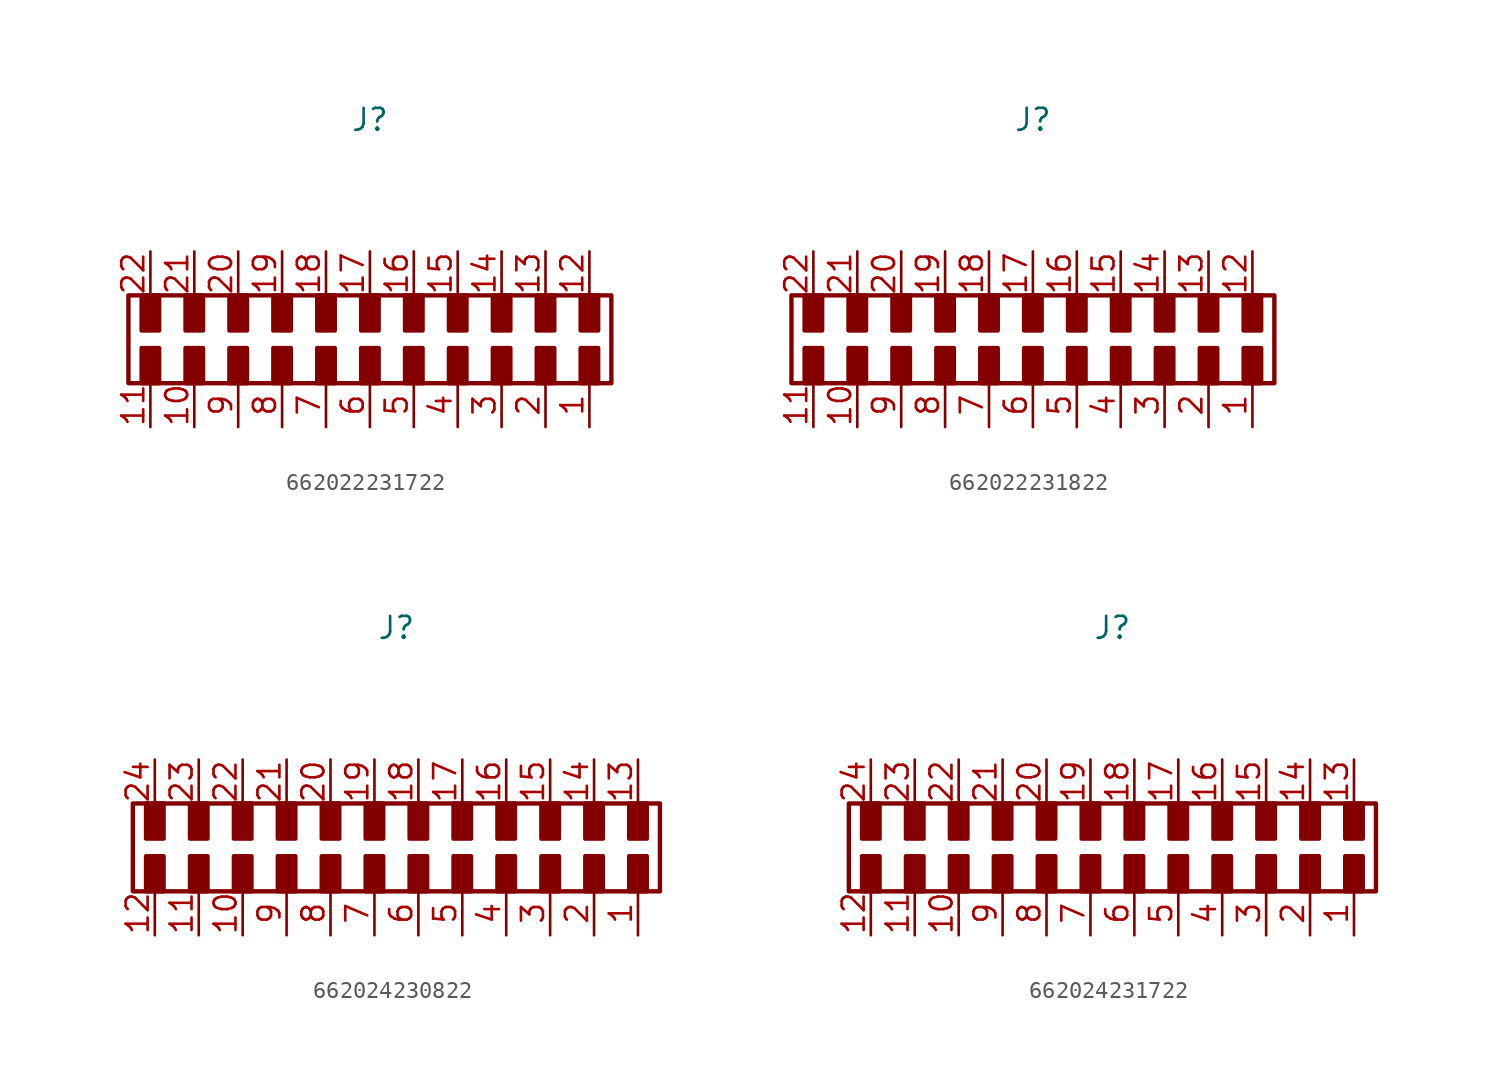
<source format=kicad_sym>
(kicad_symbol_lib
  (version 20241209)
  (generator "kicad_symbol_editor")
  (generator_version "9.0")
  (symbol "662022231722"
    (pin_names
      (hide yes))
    (property "Reference" "J"
      (at 0 12.7 0)
      (effects (font (size 1.27 1.27))))
    (symbol "662022231722_1_1"
      (rectangle (start -13.97 2.54) (end 13.97 -2.54) (stroke (width 0.254) (type solid)) (fill (type none)))
      (rectangle (start -13.208 2.54) (end -12.192 0.508) (stroke (width 0.254) (type solid)) (fill (type outline)))
      (rectangle (start -13.208 -0.508) (end -12.192 -2.54) (stroke (width 0.254) (type solid)) (fill (type outline)))
      (rectangle (start -10.668 2.54) (end -9.652 0.508) (stroke (width 0.254) (type solid)) (fill (type outline)))
      (rectangle (start -10.668 -0.508) (end -9.652 -2.54) (stroke (width 0.254) (type solid)) (fill (type outline)))
      (rectangle (start -8.128 2.54) (end -7.112 0.508) (stroke (width 0.254) (type solid)) (fill (type outline)))
      (rectangle (start -8.128 -0.508) (end -7.112 -2.54) (stroke (width 0.254) (type solid)) (fill (type outline)))
      (rectangle (start -5.588 2.54) (end -4.572 0.508) (stroke (width 0.254) (type solid)) (fill (type outline)))
      (rectangle (start -5.588 -0.508) (end -4.572 -2.54) (stroke (width 0.254) (type solid)) (fill (type outline)))
      (rectangle (start -3.048 2.54) (end -2.032 0.508) (stroke (width 0.254) (type solid)) (fill (type outline)))
      (rectangle (start -3.048 -0.508) (end -2.032 -2.54) (stroke (width 0.254) (type solid)) (fill (type outline)))
      (rectangle (start -0.508 2.54) (end 0.508 0.508) (stroke (width 0.254) (type solid)) (fill (type outline)))
      (rectangle (start -0.508 -0.508) (end 0.508 -2.54) (stroke (width 0.254) (type solid)) (fill (type outline)))
      (rectangle (start 2.032 2.54) (end 3.048 0.508) (stroke (width 0.254) (type solid)) (fill (type outline)))
      (rectangle (start 2.032 -0.508) (end 3.048 -2.54) (stroke (width 0.254) (type solid)) (fill (type outline)))
      (rectangle (start 4.572 2.54) (end 5.588 0.508) (stroke (width 0.254) (type solid)) (fill (type outline)))
      (rectangle (start 4.572 -0.508) (end 5.588 -2.54) (stroke (width 0.254) (type solid)) (fill (type outline)))
      (rectangle (start 7.112 2.54) (end 8.128 0.508) (stroke (width 0.254) (type solid)) (fill (type outline)))
      (rectangle (start 7.112 -0.508) (end 8.128 -2.54) (stroke (width 0.254) (type solid)) (fill (type outline)))
      (rectangle (start 9.652 2.54) (end 10.668 0.508) (stroke (width 0.254) (type solid)) (fill (type outline)))
      (rectangle (start 9.652 -0.508) (end 10.668 -2.54) (stroke (width 0.254) (type solid)) (fill (type outline)))
      (rectangle (start 12.192 2.54) (end 13.208 0.508) (stroke (width 0.254) (type solid)) (fill (type outline)))
      (rectangle (start 12.192 -0.508) (end 13.208 -2.54) (stroke (width 0.254) (type solid)) (fill (type outline)))
      (pin passive line (at -12.7 5.08 270) (length 2.54) (name "22" (effects (font (size 1.27 1.27)))) (number "22" (effects (font (size 1.27 1.27)))))
      (pin passive line (at -12.7 -5.08 90) (length 2.54) (name "11" (effects (font (size 1.27 1.27)))) (number "11" (effects (font (size 1.27 1.27)))))
      (pin passive line (at -10.16 5.08 270) (length 2.54) (name "21" (effects (font (size 1.27 1.27)))) (number "21" (effects (font (size 1.27 1.27)))))
      (pin passive line (at -10.16 -5.08 90) (length 2.54) (name "10" (effects (font (size 1.27 1.27)))) (number "10" (effects (font (size 1.27 1.27)))))
      (pin passive line (at -7.62 5.08 270) (length 2.54) (name "20" (effects (font (size 1.27 1.27)))) (number "20" (effects (font (size 1.27 1.27)))))
      (pin passive line (at -7.62 -5.08 90) (length 2.54) (name "9" (effects (font (size 1.27 1.27)))) (number "9" (effects (font (size 1.27 1.27)))))
      (pin passive line (at -5.08 5.08 270) (length 2.54) (name "19" (effects (font (size 1.27 1.27)))) (number "19" (effects (font (size 1.27 1.27)))))
      (pin passive line (at -5.08 -5.08 90) (length 2.54) (name "8" (effects (font (size 1.27 1.27)))) (number "8" (effects (font (size 1.27 1.27)))))
      (pin passive line (at -2.54 5.08 270) (length 2.54) (name "18" (effects (font (size 1.27 1.27)))) (number "18" (effects (font (size 1.27 1.27)))))
      (pin passive line (at -2.54 -5.08 90) (length 2.54) (name "7" (effects (font (size 1.27 1.27)))) (number "7" (effects (font (size 1.27 1.27)))))
      (pin passive line (at 0 5.08 270) (length 2.54) (name "17" (effects (font (size 1.27 1.27)))) (number "17" (effects (font (size 1.27 1.27)))))
      (pin passive line (at 0 -5.08 90) (length 2.54) (name "6" (effects (font (size 1.27 1.27)))) (number "6" (effects (font (size 1.27 1.27)))))
      (pin passive line (at 2.54 5.08 270) (length 2.54) (name "16" (effects (font (size 1.27 1.27)))) (number "16" (effects (font (size 1.27 1.27)))))
      (pin passive line (at 2.54 -5.08 90) (length 2.54) (name "5" (effects (font (size 1.27 1.27)))) (number "5" (effects (font (size 1.27 1.27)))))
      (pin passive line (at 5.08 5.08 270) (length 2.54) (name "15" (effects (font (size 1.27 1.27)))) (number "15" (effects (font (size 1.27 1.27)))))
      (pin passive line (at 5.08 -5.08 90) (length 2.54) (name "4" (effects (font (size 1.27 1.27)))) (number "4" (effects (font (size 1.27 1.27)))))
      (pin passive line (at 7.62 5.08 270) (length 2.54) (name "14" (effects (font (size 1.27 1.27)))) (number "14" (effects (font (size 1.27 1.27)))))
      (pin passive line (at 7.62 -5.08 90) (length 2.54) (name "3" (effects (font (size 1.27 1.27)))) (number "3" (effects (font (size 1.27 1.27)))))
      (pin passive line (at 10.16 5.08 270) (length 2.54) (name "13" (effects (font (size 1.27 1.27)))) (number "13" (effects (font (size 1.27 1.27)))))
      (pin passive line (at 10.16 -5.08 90) (length 2.54) (name "2" (effects (font (size 1.27 1.27)))) (number "2" (effects (font (size 1.27 1.27)))))
      (pin passive line (at 12.7 5.08 270) (length 2.54) (name "12" (effects (font (size 1.27 1.27)))) (number "12" (effects (font (size 1.27 1.27)))))
      (pin passive line (at 12.7 -5.08 90) (length 2.54) (name "1" (effects (font (size 1.27 1.27)))) (number "1" (effects (font (size 1.27 1.27)))))))
  (symbol "662022231822"
    (pin_names
      (hide yes))
    (property "Reference" "J"
      (at 0 12.7 0)
      (effects (font (size 1.27 1.27))))
    (symbol "662022231822_1_1"
      (rectangle (start -13.97 2.54) (end 13.97 -2.54) (stroke (width 0.254) (type solid)) (fill (type none)))
      (rectangle (start -13.208 2.54) (end -12.192 0.508) (stroke (width 0.254) (type solid)) (fill (type outline)))
      (rectangle (start -13.208 -0.508) (end -12.192 -2.54) (stroke (width 0.254) (type solid)) (fill (type outline)))
      (rectangle (start -10.668 2.54) (end -9.652 0.508) (stroke (width 0.254) (type solid)) (fill (type outline)))
      (rectangle (start -10.668 -0.508) (end -9.652 -2.54) (stroke (width 0.254) (type solid)) (fill (type outline)))
      (rectangle (start -8.128 2.54) (end -7.112 0.508) (stroke (width 0.254) (type solid)) (fill (type outline)))
      (rectangle (start -8.128 -0.508) (end -7.112 -2.54) (stroke (width 0.254) (type solid)) (fill (type outline)))
      (rectangle (start -5.588 2.54) (end -4.572 0.508) (stroke (width 0.254) (type solid)) (fill (type outline)))
      (rectangle (start -5.588 -0.508) (end -4.572 -2.54) (stroke (width 0.254) (type solid)) (fill (type outline)))
      (rectangle (start -3.048 2.54) (end -2.032 0.508) (stroke (width 0.254) (type solid)) (fill (type outline)))
      (rectangle (start -3.048 -0.508) (end -2.032 -2.54) (stroke (width 0.254) (type solid)) (fill (type outline)))
      (rectangle (start -0.508 2.54) (end 0.508 0.508) (stroke (width 0.254) (type solid)) (fill (type outline)))
      (rectangle (start -0.508 -0.508) (end 0.508 -2.54) (stroke (width 0.254) (type solid)) (fill (type outline)))
      (rectangle (start 2.032 2.54) (end 3.048 0.508) (stroke (width 0.254) (type solid)) (fill (type outline)))
      (rectangle (start 2.032 -0.508) (end 3.048 -2.54) (stroke (width 0.254) (type solid)) (fill (type outline)))
      (rectangle (start 4.572 2.54) (end 5.588 0.508) (stroke (width 0.254) (type solid)) (fill (type outline)))
      (rectangle (start 4.572 -0.508) (end 5.588 -2.54) (stroke (width 0.254) (type solid)) (fill (type outline)))
      (rectangle (start 7.112 2.54) (end 8.128 0.508) (stroke (width 0.254) (type solid)) (fill (type outline)))
      (rectangle (start 7.112 -0.508) (end 8.128 -2.54) (stroke (width 0.254) (type solid)) (fill (type outline)))
      (rectangle (start 9.652 2.54) (end 10.668 0.508) (stroke (width 0.254) (type solid)) (fill (type outline)))
      (rectangle (start 9.652 -0.508) (end 10.668 -2.54) (stroke (width 0.254) (type solid)) (fill (type outline)))
      (rectangle (start 12.192 2.54) (end 13.208 0.508) (stroke (width 0.254) (type solid)) (fill (type outline)))
      (rectangle (start 12.192 -0.508) (end 13.208 -2.54) (stroke (width 0.254) (type solid)) (fill (type outline)))
      (pin passive line (at -12.7 5.08 270) (length 2.54) (name "22" (effects (font (size 1.27 1.27)))) (number "22" (effects (font (size 1.27 1.27)))))
      (pin passive line (at -12.7 -5.08 90) (length 2.54) (name "11" (effects (font (size 1.27 1.27)))) (number "11" (effects (font (size 1.27 1.27)))))
      (pin passive line (at -10.16 5.08 270) (length 2.54) (name "21" (effects (font (size 1.27 1.27)))) (number "21" (effects (font (size 1.27 1.27)))))
      (pin passive line (at -10.16 -5.08 90) (length 2.54) (name "10" (effects (font (size 1.27 1.27)))) (number "10" (effects (font (size 1.27 1.27)))))
      (pin passive line (at -7.62 5.08 270) (length 2.54) (name "20" (effects (font (size 1.27 1.27)))) (number "20" (effects (font (size 1.27 1.27)))))
      (pin passive line (at -7.62 -5.08 90) (length 2.54) (name "9" (effects (font (size 1.27 1.27)))) (number "9" (effects (font (size 1.27 1.27)))))
      (pin passive line (at -5.08 5.08 270) (length 2.54) (name "19" (effects (font (size 1.27 1.27)))) (number "19" (effects (font (size 1.27 1.27)))))
      (pin passive line (at -5.08 -5.08 90) (length 2.54) (name "8" (effects (font (size 1.27 1.27)))) (number "8" (effects (font (size 1.27 1.27)))))
      (pin passive line (at -2.54 5.08 270) (length 2.54) (name "18" (effects (font (size 1.27 1.27)))) (number "18" (effects (font (size 1.27 1.27)))))
      (pin passive line (at -2.54 -5.08 90) (length 2.54) (name "7" (effects (font (size 1.27 1.27)))) (number "7" (effects (font (size 1.27 1.27)))))
      (pin passive line (at 0 5.08 270) (length 2.54) (name "17" (effects (font (size 1.27 1.27)))) (number "17" (effects (font (size 1.27 1.27)))))
      (pin passive line (at 0 -5.08 90) (length 2.54) (name "6" (effects (font (size 1.27 1.27)))) (number "6" (effects (font (size 1.27 1.27)))))
      (pin passive line (at 2.54 5.08 270) (length 2.54) (name "16" (effects (font (size 1.27 1.27)))) (number "16" (effects (font (size 1.27 1.27)))))
      (pin passive line (at 2.54 -5.08 90) (length 2.54) (name "5" (effects (font (size 1.27 1.27)))) (number "5" (effects (font (size 1.27 1.27)))))
      (pin passive line (at 5.08 5.08 270) (length 2.54) (name "15" (effects (font (size 1.27 1.27)))) (number "15" (effects (font (size 1.27 1.27)))))
      (pin passive line (at 5.08 -5.08 90) (length 2.54) (name "4" (effects (font (size 1.27 1.27)))) (number "4" (effects (font (size 1.27 1.27)))))
      (pin passive line (at 7.62 5.08 270) (length 2.54) (name "14" (effects (font (size 1.27 1.27)))) (number "14" (effects (font (size 1.27 1.27)))))
      (pin passive line (at 7.62 -5.08 90) (length 2.54) (name "3" (effects (font (size 1.27 1.27)))) (number "3" (effects (font (size 1.27 1.27)))))
      (pin passive line (at 10.16 5.08 270) (length 2.54) (name "13" (effects (font (size 1.27 1.27)))) (number "13" (effects (font (size 1.27 1.27)))))
      (pin passive line (at 10.16 -5.08 90) (length 2.54) (name "2" (effects (font (size 1.27 1.27)))) (number "2" (effects (font (size 1.27 1.27)))))
      (pin passive line (at 12.7 5.08 270) (length 2.54) (name "12" (effects (font (size 1.27 1.27)))) (number "12" (effects (font (size 1.27 1.27)))))
      (pin passive line (at 12.7 -5.08 90) (length 2.54) (name "1" (effects (font (size 1.27 1.27)))) (number "1" (effects (font (size 1.27 1.27)))))))
  (symbol "662024230822"
    (pin_names
      (hide yes))
    (property "Reference" "J"
      (at 0 12.7 0)
      (effects (font (size 1.27 1.27))))
    (symbol "662024230822_1_1"
      (rectangle (start -15.24 2.54) (end 15.24 -2.54) (stroke (width 0.254) (type solid)) (fill (type none)))
      (rectangle (start -14.478 2.54) (end -13.462 0.508) (stroke (width 0.254) (type solid)) (fill (type outline)))
      (rectangle (start -14.478 -0.508) (end -13.462 -2.54) (stroke (width 0.254) (type solid)) (fill (type outline)))
      (rectangle (start -11.938 2.54) (end -10.922 0.508) (stroke (width 0.254) (type solid)) (fill (type outline)))
      (rectangle (start -11.938 -0.508) (end -10.922 -2.54) (stroke (width 0.254) (type solid)) (fill (type outline)))
      (rectangle (start -9.398 2.54) (end -8.382 0.508) (stroke (width 0.254) (type solid)) (fill (type outline)))
      (rectangle (start -9.398 -0.508) (end -8.382 -2.54) (stroke (width 0.254) (type solid)) (fill (type outline)))
      (rectangle (start -6.858 2.54) (end -5.842 0.508) (stroke (width 0.254) (type solid)) (fill (type outline)))
      (rectangle (start -6.858 -0.508) (end -5.842 -2.54) (stroke (width 0.254) (type solid)) (fill (type outline)))
      (rectangle (start -4.318 2.54) (end -3.302 0.508) (stroke (width 0.254) (type solid)) (fill (type outline)))
      (rectangle (start -4.318 -0.508) (end -3.302 -2.54) (stroke (width 0.254) (type solid)) (fill (type outline)))
      (rectangle (start -1.778 2.54) (end -0.762 0.508) (stroke (width 0.254) (type solid)) (fill (type outline)))
      (rectangle (start -1.778 -0.508) (end -0.762 -2.54) (stroke (width 0.254) (type solid)) (fill (type outline)))
      (rectangle (start 0.762 2.54) (end 1.778 0.508) (stroke (width 0.254) (type solid)) (fill (type outline)))
      (rectangle (start 0.762 -0.508) (end 1.778 -2.54) (stroke (width 0.254) (type solid)) (fill (type outline)))
      (rectangle (start 3.302 2.54) (end 4.318 0.508) (stroke (width 0.254) (type solid)) (fill (type outline)))
      (rectangle (start 3.302 -0.508) (end 4.318 -2.54) (stroke (width 0.254) (type solid)) (fill (type outline)))
      (rectangle (start 5.842 2.54) (end 6.858 0.508) (stroke (width 0.254) (type solid)) (fill (type outline)))
      (rectangle (start 5.842 -0.508) (end 6.858 -2.54) (stroke (width 0.254) (type solid)) (fill (type outline)))
      (rectangle (start 8.382 2.54) (end 9.398 0.508) (stroke (width 0.254) (type solid)) (fill (type outline)))
      (rectangle (start 8.382 -0.508) (end 9.398 -2.54) (stroke (width 0.254) (type solid)) (fill (type outline)))
      (rectangle (start 10.922 2.54) (end 11.938 0.508) (stroke (width 0.254) (type solid)) (fill (type outline)))
      (rectangle (start 10.922 -0.508) (end 11.938 -2.54) (stroke (width 0.254) (type solid)) (fill (type outline)))
      (rectangle (start 13.462 2.54) (end 14.478 0.508) (stroke (width 0.254) (type solid)) (fill (type outline)))
      (rectangle (start 13.462 -0.508) (end 14.478 -2.54) (stroke (width 0.254) (type solid)) (fill (type outline)))
      (pin passive line (at -13.97 5.08 270) (length 2.54) (name "24" (effects (font (size 1.27 1.27)))) (number "24" (effects (font (size 1.27 1.27)))))
      (pin passive line (at -13.97 -5.08 90) (length 2.54) (name "12" (effects (font (size 1.27 1.27)))) (number "12" (effects (font (size 1.27 1.27)))))
      (pin passive line (at -11.43 5.08 270) (length 2.54) (name "23" (effects (font (size 1.27 1.27)))) (number "23" (effects (font (size 1.27 1.27)))))
      (pin passive line (at -11.43 -5.08 90) (length 2.54) (name "11" (effects (font (size 1.27 1.27)))) (number "11" (effects (font (size 1.27 1.27)))))
      (pin passive line (at -8.89 5.08 270) (length 2.54) (name "22" (effects (font (size 1.27 1.27)))) (number "22" (effects (font (size 1.27 1.27)))))
      (pin passive line (at -8.89 -5.08 90) (length 2.54) (name "10" (effects (font (size 1.27 1.27)))) (number "10" (effects (font (size 1.27 1.27)))))
      (pin passive line (at -6.35 5.08 270) (length 2.54) (name "21" (effects (font (size 1.27 1.27)))) (number "21" (effects (font (size 1.27 1.27)))))
      (pin passive line (at -6.35 -5.08 90) (length 2.54) (name "9" (effects (font (size 1.27 1.27)))) (number "9" (effects (font (size 1.27 1.27)))))
      (pin passive line (at -3.81 5.08 270) (length 2.54) (name "20" (effects (font (size 1.27 1.27)))) (number "20" (effects (font (size 1.27 1.27)))))
      (pin passive line (at -3.81 -5.08 90) (length 2.54) (name "8" (effects (font (size 1.27 1.27)))) (number "8" (effects (font (size 1.27 1.27)))))
      (pin passive line (at -1.27 5.08 270) (length 2.54) (name "19" (effects (font (size 1.27 1.27)))) (number "19" (effects (font (size 1.27 1.27)))))
      (pin passive line (at -1.27 -5.08 90) (length 2.54) (name "7" (effects (font (size 1.27 1.27)))) (number "7" (effects (font (size 1.27 1.27)))))
      (pin passive line (at 1.27 5.08 270) (length 2.54) (name "18" (effects (font (size 1.27 1.27)))) (number "18" (effects (font (size 1.27 1.27)))))
      (pin passive line (at 1.27 -5.08 90) (length 2.54) (name "6" (effects (font (size 1.27 1.27)))) (number "6" (effects (font (size 1.27 1.27)))))
      (pin passive line (at 3.81 5.08 270) (length 2.54) (name "17" (effects (font (size 1.27 1.27)))) (number "17" (effects (font (size 1.27 1.27)))))
      (pin passive line (at 3.81 -5.08 90) (length 2.54) (name "5" (effects (font (size 1.27 1.27)))) (number "5" (effects (font (size 1.27 1.27)))))
      (pin passive line (at 6.35 5.08 270) (length 2.54) (name "16" (effects (font (size 1.27 1.27)))) (number "16" (effects (font (size 1.27 1.27)))))
      (pin passive line (at 6.35 -5.08 90) (length 2.54) (name "4" (effects (font (size 1.27 1.27)))) (number "4" (effects (font (size 1.27 1.27)))))
      (pin passive line (at 8.89 5.08 270) (length 2.54) (name "15" (effects (font (size 1.27 1.27)))) (number "15" (effects (font (size 1.27 1.27)))))
      (pin passive line (at 8.89 -5.08 90) (length 2.54) (name "3" (effects (font (size 1.27 1.27)))) (number "3" (effects (font (size 1.27 1.27)))))
      (pin passive line (at 11.43 5.08 270) (length 2.54) (name "14" (effects (font (size 1.27 1.27)))) (number "14" (effects (font (size 1.27 1.27)))))
      (pin passive line (at 11.43 -5.08 90) (length 2.54) (name "2" (effects (font (size 1.27 1.27)))) (number "2" (effects (font (size 1.27 1.27)))))
      (pin passive line (at 13.97 5.08 270) (length 2.54) (name "13" (effects (font (size 1.27 1.27)))) (number "13" (effects (font (size 1.27 1.27)))))
      (pin passive line (at 13.97 -5.08 90) (length 2.54) (name "1" (effects (font (size 1.27 1.27)))) (number "1" (effects (font (size 1.27 1.27)))))))
  (symbol "662024231722"
    (pin_names
      (hide yes))
    (property "Reference" "J"
      (at 0 12.7 0)
      (effects (font (size 1.27 1.27))))
    (symbol "662024231722_1_1"
      (rectangle (start -15.24 2.54) (end 15.24 -2.54) (stroke (width 0.254) (type solid)) (fill (type none)))
      (rectangle (start -14.478 2.54) (end -13.462 0.508) (stroke (width 0.254) (type solid)) (fill (type outline)))
      (rectangle (start -14.478 -0.508) (end -13.462 -2.54) (stroke (width 0.254) (type solid)) (fill (type outline)))
      (rectangle (start -11.938 2.54) (end -10.922 0.508) (stroke (width 0.254) (type solid)) (fill (type outline)))
      (rectangle (start -11.938 -0.508) (end -10.922 -2.54) (stroke (width 0.254) (type solid)) (fill (type outline)))
      (rectangle (start -9.398 2.54) (end -8.382 0.508) (stroke (width 0.254) (type solid)) (fill (type outline)))
      (rectangle (start -9.398 -0.508) (end -8.382 -2.54) (stroke (width 0.254) (type solid)) (fill (type outline)))
      (rectangle (start -6.858 2.54) (end -5.842 0.508) (stroke (width 0.254) (type solid)) (fill (type outline)))
      (rectangle (start -6.858 -0.508) (end -5.842 -2.54) (stroke (width 0.254) (type solid)) (fill (type outline)))
      (rectangle (start -4.318 2.54) (end -3.302 0.508) (stroke (width 0.254) (type solid)) (fill (type outline)))
      (rectangle (start -4.318 -0.508) (end -3.302 -2.54) (stroke (width 0.254) (type solid)) (fill (type outline)))
      (rectangle (start -1.778 2.54) (end -0.762 0.508) (stroke (width 0.254) (type solid)) (fill (type outline)))
      (rectangle (start -1.778 -0.508) (end -0.762 -2.54) (stroke (width 0.254) (type solid)) (fill (type outline)))
      (rectangle (start 0.762 2.54) (end 1.778 0.508) (stroke (width 0.254) (type solid)) (fill (type outline)))
      (rectangle (start 0.762 -0.508) (end 1.778 -2.54) (stroke (width 0.254) (type solid)) (fill (type outline)))
      (rectangle (start 3.302 2.54) (end 4.318 0.508) (stroke (width 0.254) (type solid)) (fill (type outline)))
      (rectangle (start 3.302 -0.508) (end 4.318 -2.54) (stroke (width 0.254) (type solid)) (fill (type outline)))
      (rectangle (start 5.842 2.54) (end 6.858 0.508) (stroke (width 0.254) (type solid)) (fill (type outline)))
      (rectangle (start 5.842 -0.508) (end 6.858 -2.54) (stroke (width 0.254) (type solid)) (fill (type outline)))
      (rectangle (start 8.382 2.54) (end 9.398 0.508) (stroke (width 0.254) (type solid)) (fill (type outline)))
      (rectangle (start 8.382 -0.508) (end 9.398 -2.54) (stroke (width 0.254) (type solid)) (fill (type outline)))
      (rectangle (start 10.922 2.54) (end 11.938 0.508) (stroke (width 0.254) (type solid)) (fill (type outline)))
      (rectangle (start 10.922 -0.508) (end 11.938 -2.54) (stroke (width 0.254) (type solid)) (fill (type outline)))
      (rectangle (start 13.462 2.54) (end 14.478 0.508) (stroke (width 0.254) (type solid)) (fill (type outline)))
      (rectangle (start 13.462 -0.508) (end 14.478 -2.54) (stroke (width 0.254) (type solid)) (fill (type outline)))
      (pin passive line (at -13.97 5.08 270) (length 2.54) (name "24" (effects (font (size 1.27 1.27)))) (number "24" (effects (font (size 1.27 1.27)))))
      (pin passive line (at -13.97 -5.08 90) (length 2.54) (name "12" (effects (font (size 1.27 1.27)))) (number "12" (effects (font (size 1.27 1.27)))))
      (pin passive line (at -11.43 5.08 270) (length 2.54) (name "23" (effects (font (size 1.27 1.27)))) (number "23" (effects (font (size 1.27 1.27)))))
      (pin passive line (at -11.43 -5.08 90) (length 2.54) (name "11" (effects (font (size 1.27 1.27)))) (number "11" (effects (font (size 1.27 1.27)))))
      (pin passive line (at -8.89 5.08 270) (length 2.54) (name "22" (effects (font (size 1.27 1.27)))) (number "22" (effects (font (size 1.27 1.27)))))
      (pin passive line (at -8.89 -5.08 90) (length 2.54) (name "10" (effects (font (size 1.27 1.27)))) (number "10" (effects (font (size 1.27 1.27)))))
      (pin passive line (at -6.35 5.08 270) (length 2.54) (name "21" (effects (font (size 1.27 1.27)))) (number "21" (effects (font (size 1.27 1.27)))))
      (pin passive line (at -6.35 -5.08 90) (length 2.54) (name "9" (effects (font (size 1.27 1.27)))) (number "9" (effects (font (size 1.27 1.27)))))
      (pin passive line (at -3.81 5.08 270) (length 2.54) (name "20" (effects (font (size 1.27 1.27)))) (number "20" (effects (font (size 1.27 1.27)))))
      (pin passive line (at -3.81 -5.08 90) (length 2.54) (name "8" (effects (font (size 1.27 1.27)))) (number "8" (effects (font (size 1.27 1.27)))))
      (pin passive line (at -1.27 5.08 270) (length 2.54) (name "19" (effects (font (size 1.27 1.27)))) (number "19" (effects (font (size 1.27 1.27)))))
      (pin passive line (at -1.27 -5.08 90) (length 2.54) (name "7" (effects (font (size 1.27 1.27)))) (number "7" (effects (font (size 1.27 1.27)))))
      (pin passive line (at 1.27 5.08 270) (length 2.54) (name "18" (effects (font (size 1.27 1.27)))) (number "18" (effects (font (size 1.27 1.27)))))
      (pin passive line (at 1.27 -5.08 90) (length 2.54) (name "6" (effects (font (size 1.27 1.27)))) (number "6" (effects (font (size 1.27 1.27)))))
      (pin passive line (at 3.81 5.08 270) (length 2.54) (name "17" (effects (font (size 1.27 1.27)))) (number "17" (effects (font (size 1.27 1.27)))))
      (pin passive line (at 3.81 -5.08 90) (length 2.54) (name "5" (effects (font (size 1.27 1.27)))) (number "5" (effects (font (size 1.27 1.27)))))
      (pin passive line (at 6.35 5.08 270) (length 2.54) (name "16" (effects (font (size 1.27 1.27)))) (number "16" (effects (font (size 1.27 1.27)))))
      (pin passive line (at 6.35 -5.08 90) (length 2.54) (name "4" (effects (font (size 1.27 1.27)))) (number "4" (effects (font (size 1.27 1.27)))))
      (pin passive line (at 8.89 5.08 270) (length 2.54) (name "15" (effects (font (size 1.27 1.27)))) (number "15" (effects (font (size 1.27 1.27)))))
      (pin passive line (at 8.89 -5.08 90) (length 2.54) (name "3" (effects (font (size 1.27 1.27)))) (number "3" (effects (font (size 1.27 1.27)))))
      (pin passive line (at 11.43 5.08 270) (length 2.54) (name "14" (effects (font (size 1.27 1.27)))) (number "14" (effects (font (size 1.27 1.27)))))
      (pin passive line (at 11.43 -5.08 90) (length 2.54) (name "2" (effects (font (size 1.27 1.27)))) (number "2" (effects (font (size 1.27 1.27)))))
      (pin passive line (at 13.97 5.08 270) (length 2.54) (name "13" (effects (font (size 1.27 1.27)))) (number "13" (effects (font (size 1.27 1.27)))))
      (pin passive line (at 13.97 -5.08 90) (length 2.54) (name "1" (effects (font (size 1.27 1.27)))) (number "1" (effects (font (size 1.27 1.27))))))))
</source>
